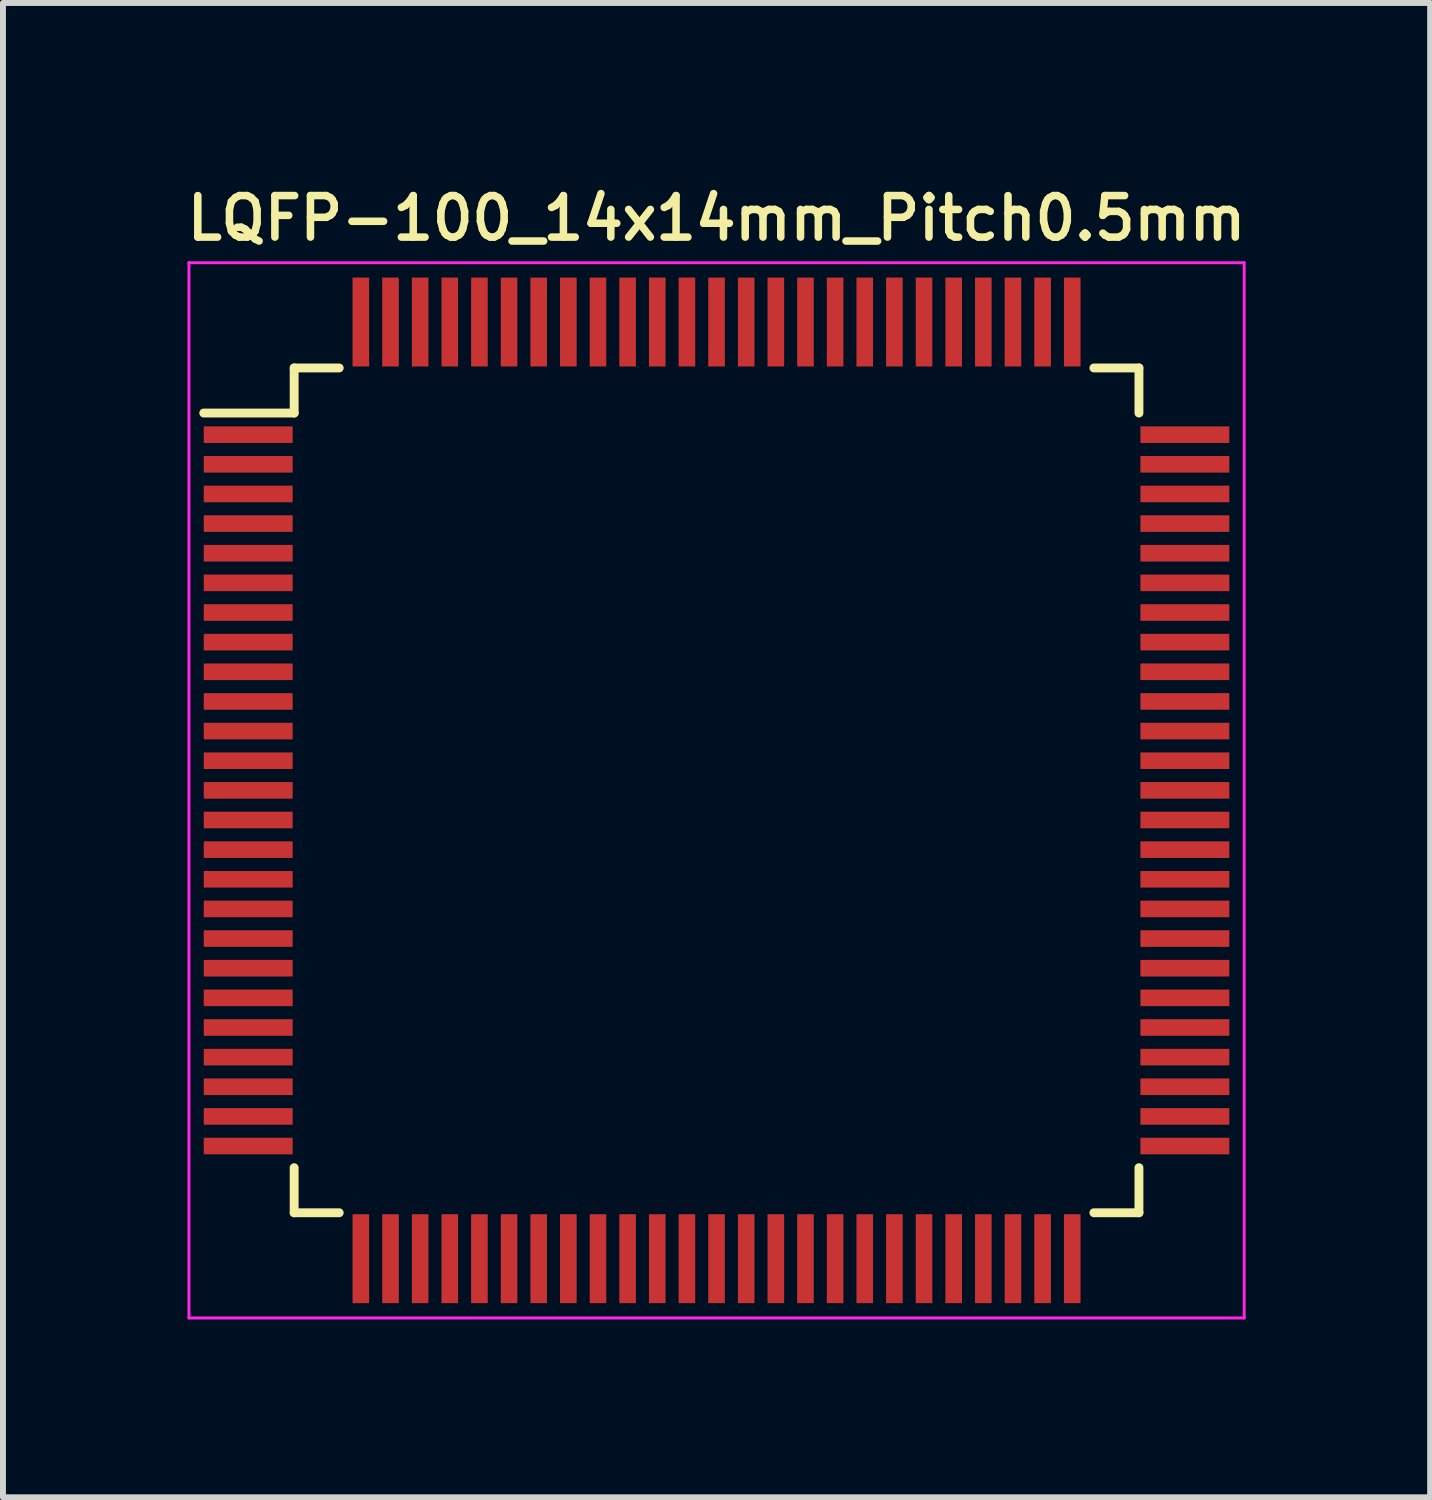
<source format=kicad_pcb>
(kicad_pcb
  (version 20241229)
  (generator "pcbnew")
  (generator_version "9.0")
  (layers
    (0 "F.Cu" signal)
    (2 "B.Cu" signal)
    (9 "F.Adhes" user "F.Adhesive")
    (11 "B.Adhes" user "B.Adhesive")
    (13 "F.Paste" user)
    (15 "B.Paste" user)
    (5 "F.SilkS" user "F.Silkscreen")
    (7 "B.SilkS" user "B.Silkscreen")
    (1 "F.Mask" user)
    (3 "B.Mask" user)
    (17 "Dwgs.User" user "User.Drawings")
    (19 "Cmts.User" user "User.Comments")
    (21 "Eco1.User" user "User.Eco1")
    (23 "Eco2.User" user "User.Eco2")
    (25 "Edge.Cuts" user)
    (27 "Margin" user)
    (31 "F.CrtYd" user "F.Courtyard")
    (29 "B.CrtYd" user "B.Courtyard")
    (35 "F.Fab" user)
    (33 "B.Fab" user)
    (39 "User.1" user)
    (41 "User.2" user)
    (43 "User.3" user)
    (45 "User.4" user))
  (footprint "LQFP-100_14x14mm_Pitch0.5mm"
    (layer "F.Cu")
    (at 9.037 10.282)
    (property "Reference" "LQFP-100_14x14mm_Pitch0.5mm" (at 0 -9.65 0) (layer "F.SilkS") (effects (font (size 0.7 0.7) (thickness 0.127))))
    (attr smd)
    (fp_line (start -7.125 -7.125) (end -7.125 -6.365) (stroke (width 0.15) (type solid)) (layer "F.SilkS"))
    (fp_line (start -7.125 -7.125) (end -6.365 -7.125) (stroke (width 0.15) (type solid)) (layer "F.SilkS"))
    (fp_line (start -7.125 -6.365) (end -8.65 -6.365) (stroke (width 0.15) (type solid)) (layer "F.SilkS"))
    (fp_line (start -7.125 7.125) (end -7.125 6.365) (stroke (width 0.15) (type solid)) (layer "F.SilkS"))
    (fp_line (start -7.125 7.125) (end -6.365 7.125) (stroke (width 0.15) (type solid)) (layer "F.SilkS"))
    (fp_line (start 7.125 -7.125) (end 6.365 -7.125) (stroke (width 0.15) (type solid)) (layer "F.SilkS"))
    (fp_line (start 7.125 -7.125) (end 7.125 -6.365) (stroke (width 0.15) (type solid)) (layer "F.SilkS"))
    (fp_line (start 7.125 7.125) (end 6.365 7.125) (stroke (width 0.15) (type solid)) (layer "F.SilkS"))
    (fp_line (start 7.125 7.125) (end 7.125 6.365) (stroke (width 0.15) (type solid)) (layer "F.SilkS"))
    (fp_line (start -8.9 -8.9) (end -8.9 8.9) (stroke (width 0.05) (type solid)) (layer "F.CrtYd"))
    (fp_line (start -8.9 -8.9) (end 8.9 -8.9) (stroke (width 0.05) (type solid)) (layer "F.CrtYd"))
    (fp_line (start -8.9 8.9) (end 8.9 8.9) (stroke (width 0.05) (type solid)) (layer "F.CrtYd"))
    (fp_line (start 8.9 -8.9) (end 8.9 8.9) (stroke (width 0.05) (type solid)) (layer "F.CrtYd"))
    (pad "1" smd rect (at -7.9 -6) (size 1.5 0.28) (layers "F.Cu" "F.Mask" "F.Paste"))
    (pad "2" smd rect (at -7.9 -5.5) (size 1.5 0.28) (layers "F.Cu" "F.Mask" "F.Paste"))
    (pad "3" smd rect (at -7.9 -5) (size 1.5 0.28) (layers "F.Cu" "F.Mask" "F.Paste"))
    (pad "4" smd rect (at -7.9 -4.5) (size 1.5 0.28) (layers "F.Cu" "F.Mask" "F.Paste"))
    (pad "5" smd rect (at -7.9 -4) (size 1.5 0.28) (layers "F.Cu" "F.Mask" "F.Paste"))
    (pad "6" smd rect (at -7.9 -3.5) (size 1.5 0.28) (layers "F.Cu" "F.Mask" "F.Paste"))
    (pad "7" smd rect (at -7.9 -3) (size 1.5 0.28) (layers "F.Cu" "F.Mask" "F.Paste"))
    (pad "8" smd rect (at -7.9 -2.5) (size 1.5 0.28) (layers "F.Cu" "F.Mask" "F.Paste"))
    (pad "9" smd rect (at -7.9 -2) (size 1.5 0.28) (layers "F.Cu" "F.Mask" "F.Paste"))
    (pad "10" smd rect (at -7.9 -1.5) (size 1.5 0.28) (layers "F.Cu" "F.Mask" "F.Paste"))
    (pad "11" smd rect (at -7.9 -1) (size 1.5 0.28) (layers "F.Cu" "F.Mask" "F.Paste"))
    (pad "12" smd rect (at -7.9 -0.5) (size 1.5 0.28) (layers "F.Cu" "F.Mask" "F.Paste"))
    (pad "13" smd rect (at -7.9 0) (size 1.5 0.28) (layers "F.Cu" "F.Mask" "F.Paste"))
    (pad "14" smd rect (at -7.9 0.5) (size 1.5 0.28) (layers "F.Cu" "F.Mask" "F.Paste"))
    (pad "15" smd rect (at -7.9 1) (size 1.5 0.28) (layers "F.Cu" "F.Mask" "F.Paste"))
    (pad "16" smd rect (at -7.9 1.5) (size 1.5 0.28) (layers "F.Cu" "F.Mask" "F.Paste"))
    (pad "17" smd rect (at -7.9 2) (size 1.5 0.28) (layers "F.Cu" "F.Mask" "F.Paste"))
    (pad "18" smd rect (at -7.9 2.5) (size 1.5 0.28) (layers "F.Cu" "F.Mask" "F.Paste"))
    (pad "19" smd rect (at -7.9 3) (size 1.5 0.28) (layers "F.Cu" "F.Mask" "F.Paste"))
    (pad "20" smd rect (at -7.9 3.5) (size 1.5 0.28) (layers "F.Cu" "F.Mask" "F.Paste"))
    (pad "21" smd rect (at -7.9 4) (size 1.5 0.28) (layers "F.Cu" "F.Mask" "F.Paste"))
    (pad "22" smd rect (at -7.9 4.5) (size 1.5 0.28) (layers "F.Cu" "F.Mask" "F.Paste"))
    (pad "23" smd rect (at -7.9 5) (size 1.5 0.28) (layers "F.Cu" "F.Mask" "F.Paste"))
    (pad "24" smd rect (at -7.9 5.5) (size 1.5 0.28) (layers "F.Cu" "F.Mask" "F.Paste"))
    (pad "25" smd rect (at -7.9 6) (size 1.5 0.28) (layers "F.Cu" "F.Mask" "F.Paste"))
    (pad "26" smd rect (at -6 7.9 90) (size 1.5 0.28) (layers "F.Cu" "F.Mask" "F.Paste"))
    (pad "27" smd rect (at -5.5 7.9 90) (size 1.5 0.28) (layers "F.Cu" "F.Mask" "F.Paste"))
    (pad "28" smd rect (at -5 7.9 90) (size 1.5 0.28) (layers "F.Cu" "F.Mask" "F.Paste"))
    (pad "29" smd rect (at -4.5 7.9 90) (size 1.5 0.28) (layers "F.Cu" "F.Mask" "F.Paste"))
    (pad "30" smd rect (at -4 7.9 90) (size 1.5 0.28) (layers "F.Cu" "F.Mask" "F.Paste"))
    (pad "31" smd rect (at -3.5 7.9 90) (size 1.5 0.28) (layers "F.Cu" "F.Mask" "F.Paste"))
    (pad "32" smd rect (at -3 7.9 90) (size 1.5 0.28) (layers "F.Cu" "F.Mask" "F.Paste"))
    (pad "33" smd rect (at -2.5 7.9 90) (size 1.5 0.28) (layers "F.Cu" "F.Mask" "F.Paste"))
    (pad "34" smd rect (at -2 7.9 90) (size 1.5 0.28) (layers "F.Cu" "F.Mask" "F.Paste"))
    (pad "35" smd rect (at -1.5 7.9 90) (size 1.5 0.28) (layers "F.Cu" "F.Mask" "F.Paste"))
    (pad "36" smd rect (at -1 7.9 90) (size 1.5 0.28) (layers "F.Cu" "F.Mask" "F.Paste"))
    (pad "37" smd rect (at -0.5 7.9 90) (size 1.5 0.28) (layers "F.Cu" "F.Mask" "F.Paste"))
    (pad "38" smd rect (at 0 7.9 90) (size 1.5 0.28) (layers "F.Cu" "F.Mask" "F.Paste"))
    (pad "39" smd rect (at 0.5 7.9 90) (size 1.5 0.28) (layers "F.Cu" "F.Mask" "F.Paste"))
    (pad "40" smd rect (at 1 7.9 90) (size 1.5 0.28) (layers "F.Cu" "F.Mask" "F.Paste"))
    (pad "41" smd rect (at 1.5 7.9 90) (size 1.5 0.28) (layers "F.Cu" "F.Mask" "F.Paste"))
    (pad "42" smd rect (at 2 7.9 90) (size 1.5 0.28) (layers "F.Cu" "F.Mask" "F.Paste"))
    (pad "43" smd rect (at 2.5 7.9 90) (size 1.5 0.28) (layers "F.Cu" "F.Mask" "F.Paste"))
    (pad "44" smd rect (at 3 7.9 90) (size 1.5 0.28) (layers "F.Cu" "F.Mask" "F.Paste"))
    (pad "45" smd rect (at 3.5 7.9 90) (size 1.5 0.28) (layers "F.Cu" "F.Mask" "F.Paste"))
    (pad "46" smd rect (at 4 7.9 90) (size 1.5 0.28) (layers "F.Cu" "F.Mask" "F.Paste"))
    (pad "47" smd rect (at 4.5 7.9 90) (size 1.5 0.28) (layers "F.Cu" "F.Mask" "F.Paste"))
    (pad "48" smd rect (at 5 7.9 90) (size 1.5 0.28) (layers "F.Cu" "F.Mask" "F.Paste"))
    (pad "49" smd rect (at 5.5 7.9 90) (size 1.5 0.28) (layers "F.Cu" "F.Mask" "F.Paste"))
    (pad "50" smd rect (at 6 7.9 90) (size 1.5 0.28) (layers "F.Cu" "F.Mask" "F.Paste"))
    (pad "51" smd rect (at 7.9 6) (size 1.5 0.28) (layers "F.Cu" "F.Mask" "F.Paste"))
    (pad "52" smd rect (at 7.9 5.5) (size 1.5 0.28) (layers "F.Cu" "F.Mask" "F.Paste"))
    (pad "53" smd rect (at 7.9 5) (size 1.5 0.28) (layers "F.Cu" "F.Mask" "F.Paste"))
    (pad "54" smd rect (at 7.9 4.5) (size 1.5 0.28) (layers "F.Cu" "F.Mask" "F.Paste"))
    (pad "55" smd rect (at 7.9 4) (size 1.5 0.28) (layers "F.Cu" "F.Mask" "F.Paste"))
    (pad "56" smd rect (at 7.9 3.5) (size 1.5 0.28) (layers "F.Cu" "F.Mask" "F.Paste"))
    (pad "57" smd rect (at 7.9 3) (size 1.5 0.28) (layers "F.Cu" "F.Mask" "F.Paste"))
    (pad "58" smd rect (at 7.9 2.5) (size 1.5 0.28) (layers "F.Cu" "F.Mask" "F.Paste"))
    (pad "59" smd rect (at 7.9 2) (size 1.5 0.28) (layers "F.Cu" "F.Mask" "F.Paste"))
    (pad "60" smd rect (at 7.9 1.5) (size 1.5 0.28) (layers "F.Cu" "F.Mask" "F.Paste"))
    (pad "61" smd rect (at 7.9 1) (size 1.5 0.28) (layers "F.Cu" "F.Mask" "F.Paste"))
    (pad "62" smd rect (at 7.9 0.5) (size 1.5 0.28) (layers "F.Cu" "F.Mask" "F.Paste"))
    (pad "63" smd rect (at 7.9 0) (size 1.5 0.28) (layers "F.Cu" "F.Mask" "F.Paste"))
    (pad "64" smd rect (at 7.9 -0.5) (size 1.5 0.28) (layers "F.Cu" "F.Mask" "F.Paste"))
    (pad "65" smd rect (at 7.9 -1) (size 1.5 0.28) (layers "F.Cu" "F.Mask" "F.Paste"))
    (pad "66" smd rect (at 7.9 -1.5) (size 1.5 0.28) (layers "F.Cu" "F.Mask" "F.Paste"))
    (pad "67" smd rect (at 7.9 -2) (size 1.5 0.28) (layers "F.Cu" "F.Mask" "F.Paste"))
    (pad "68" smd rect (at 7.9 -2.5) (size 1.5 0.28) (layers "F.Cu" "F.Mask" "F.Paste"))
    (pad "69" smd rect (at 7.9 -3) (size 1.5 0.28) (layers "F.Cu" "F.Mask" "F.Paste"))
    (pad "70" smd rect (at 7.9 -3.5) (size 1.5 0.28) (layers "F.Cu" "F.Mask" "F.Paste"))
    (pad "71" smd rect (at 7.9 -4) (size 1.5 0.28) (layers "F.Cu" "F.Mask" "F.Paste"))
    (pad "72" smd rect (at 7.9 -4.5) (size 1.5 0.28) (layers "F.Cu" "F.Mask" "F.Paste"))
    (pad "73" smd rect (at 7.9 -5) (size 1.5 0.28) (layers "F.Cu" "F.Mask" "F.Paste"))
    (pad "74" smd rect (at 7.9 -5.5) (size 1.5 0.28) (layers "F.Cu" "F.Mask" "F.Paste"))
    (pad "75" smd rect (at 7.9 -6) (size 1.5 0.28) (layers "F.Cu" "F.Mask" "F.Paste"))
    (pad "76" smd rect (at 6 -7.9 90) (size 1.5 0.28) (layers "F.Cu" "F.Mask" "F.Paste"))
    (pad "77" smd rect (at 5.5 -7.9 90) (size 1.5 0.28) (layers "F.Cu" "F.Mask" "F.Paste"))
    (pad "78" smd rect (at 5 -7.9 90) (size 1.5 0.28) (layers "F.Cu" "F.Mask" "F.Paste"))
    (pad "79" smd rect (at 4.5 -7.9 90) (size 1.5 0.28) (layers "F.Cu" "F.Mask" "F.Paste"))
    (pad "80" smd rect (at 4 -7.9 90) (size 1.5 0.28) (layers "F.Cu" "F.Mask" "F.Paste"))
    (pad "81" smd rect (at 3.5 -7.9 90) (size 1.5 0.28) (layers "F.Cu" "F.Mask" "F.Paste"))
    (pad "82" smd rect (at 3 -7.9 90) (size 1.5 0.28) (layers "F.Cu" "F.Mask" "F.Paste"))
    (pad "83" smd rect (at 2.5 -7.9 90) (size 1.5 0.28) (layers "F.Cu" "F.Mask" "F.Paste"))
    (pad "84" smd rect (at 2 -7.9 90) (size 1.5 0.28) (layers "F.Cu" "F.Mask" "F.Paste"))
    (pad "85" smd rect (at 1.5 -7.9 90) (size 1.5 0.28) (layers "F.Cu" "F.Mask" "F.Paste"))
    (pad "86" smd rect (at 1 -7.9 90) (size 1.5 0.28) (layers "F.Cu" "F.Mask" "F.Paste"))
    (pad "87" smd rect (at 0.5 -7.9 90) (size 1.5 0.28) (layers "F.Cu" "F.Mask" "F.Paste"))
    (pad "88" smd rect (at 0 -7.9 90) (size 1.5 0.28) (layers "F.Cu" "F.Mask" "F.Paste"))
    (pad "89" smd rect (at -0.5 -7.9 90) (size 1.5 0.28) (layers "F.Cu" "F.Mask" "F.Paste"))
    (pad "90" smd rect (at -1 -7.9 90) (size 1.5 0.28) (layers "F.Cu" "F.Mask" "F.Paste"))
    (pad "91" smd rect (at -1.5 -7.9 90) (size 1.5 0.28) (layers "F.Cu" "F.Mask" "F.Paste"))
    (pad "92" smd rect (at -2 -7.9 90) (size 1.5 0.28) (layers "F.Cu" "F.Mask" "F.Paste"))
    (pad "93" smd rect (at -2.5 -7.9 90) (size 1.5 0.28) (layers "F.Cu" "F.Mask" "F.Paste"))
    (pad "94" smd rect (at -3 -7.9 90) (size 1.5 0.28) (layers "F.Cu" "F.Mask" "F.Paste"))
    (pad "95" smd rect (at -3.5 -7.9 90) (size 1.5 0.28) (layers "F.Cu" "F.Mask" "F.Paste"))
    (pad "96" smd rect (at -4 -7.9 90) (size 1.5 0.28) (layers "F.Cu" "F.Mask" "F.Paste"))
    (pad "97" smd rect (at -4.5 -7.9 90) (size 1.5 0.28) (layers "F.Cu" "F.Mask" "F.Paste"))
    (pad "98" smd rect (at -5 -7.9 90) (size 1.5 0.28) (layers "F.Cu" "F.Mask" "F.Paste"))
    (pad "99" smd rect (at -5.5 -7.9 90) (size 1.5 0.28) (layers "F.Cu" "F.Mask" "F.Paste"))
    (pad "100" smd rect (at -6 -7.9 90) (size 1.5 0.28) (layers "F.Cu" "F.Mask" "F.Paste")))
  (gr_rect
    (start -3 -3)
    (end 21.074 22.207)
    (stroke (width 0.1) (type default))
    (fill no)
    (layer "Edge.Cuts")))
</source>
